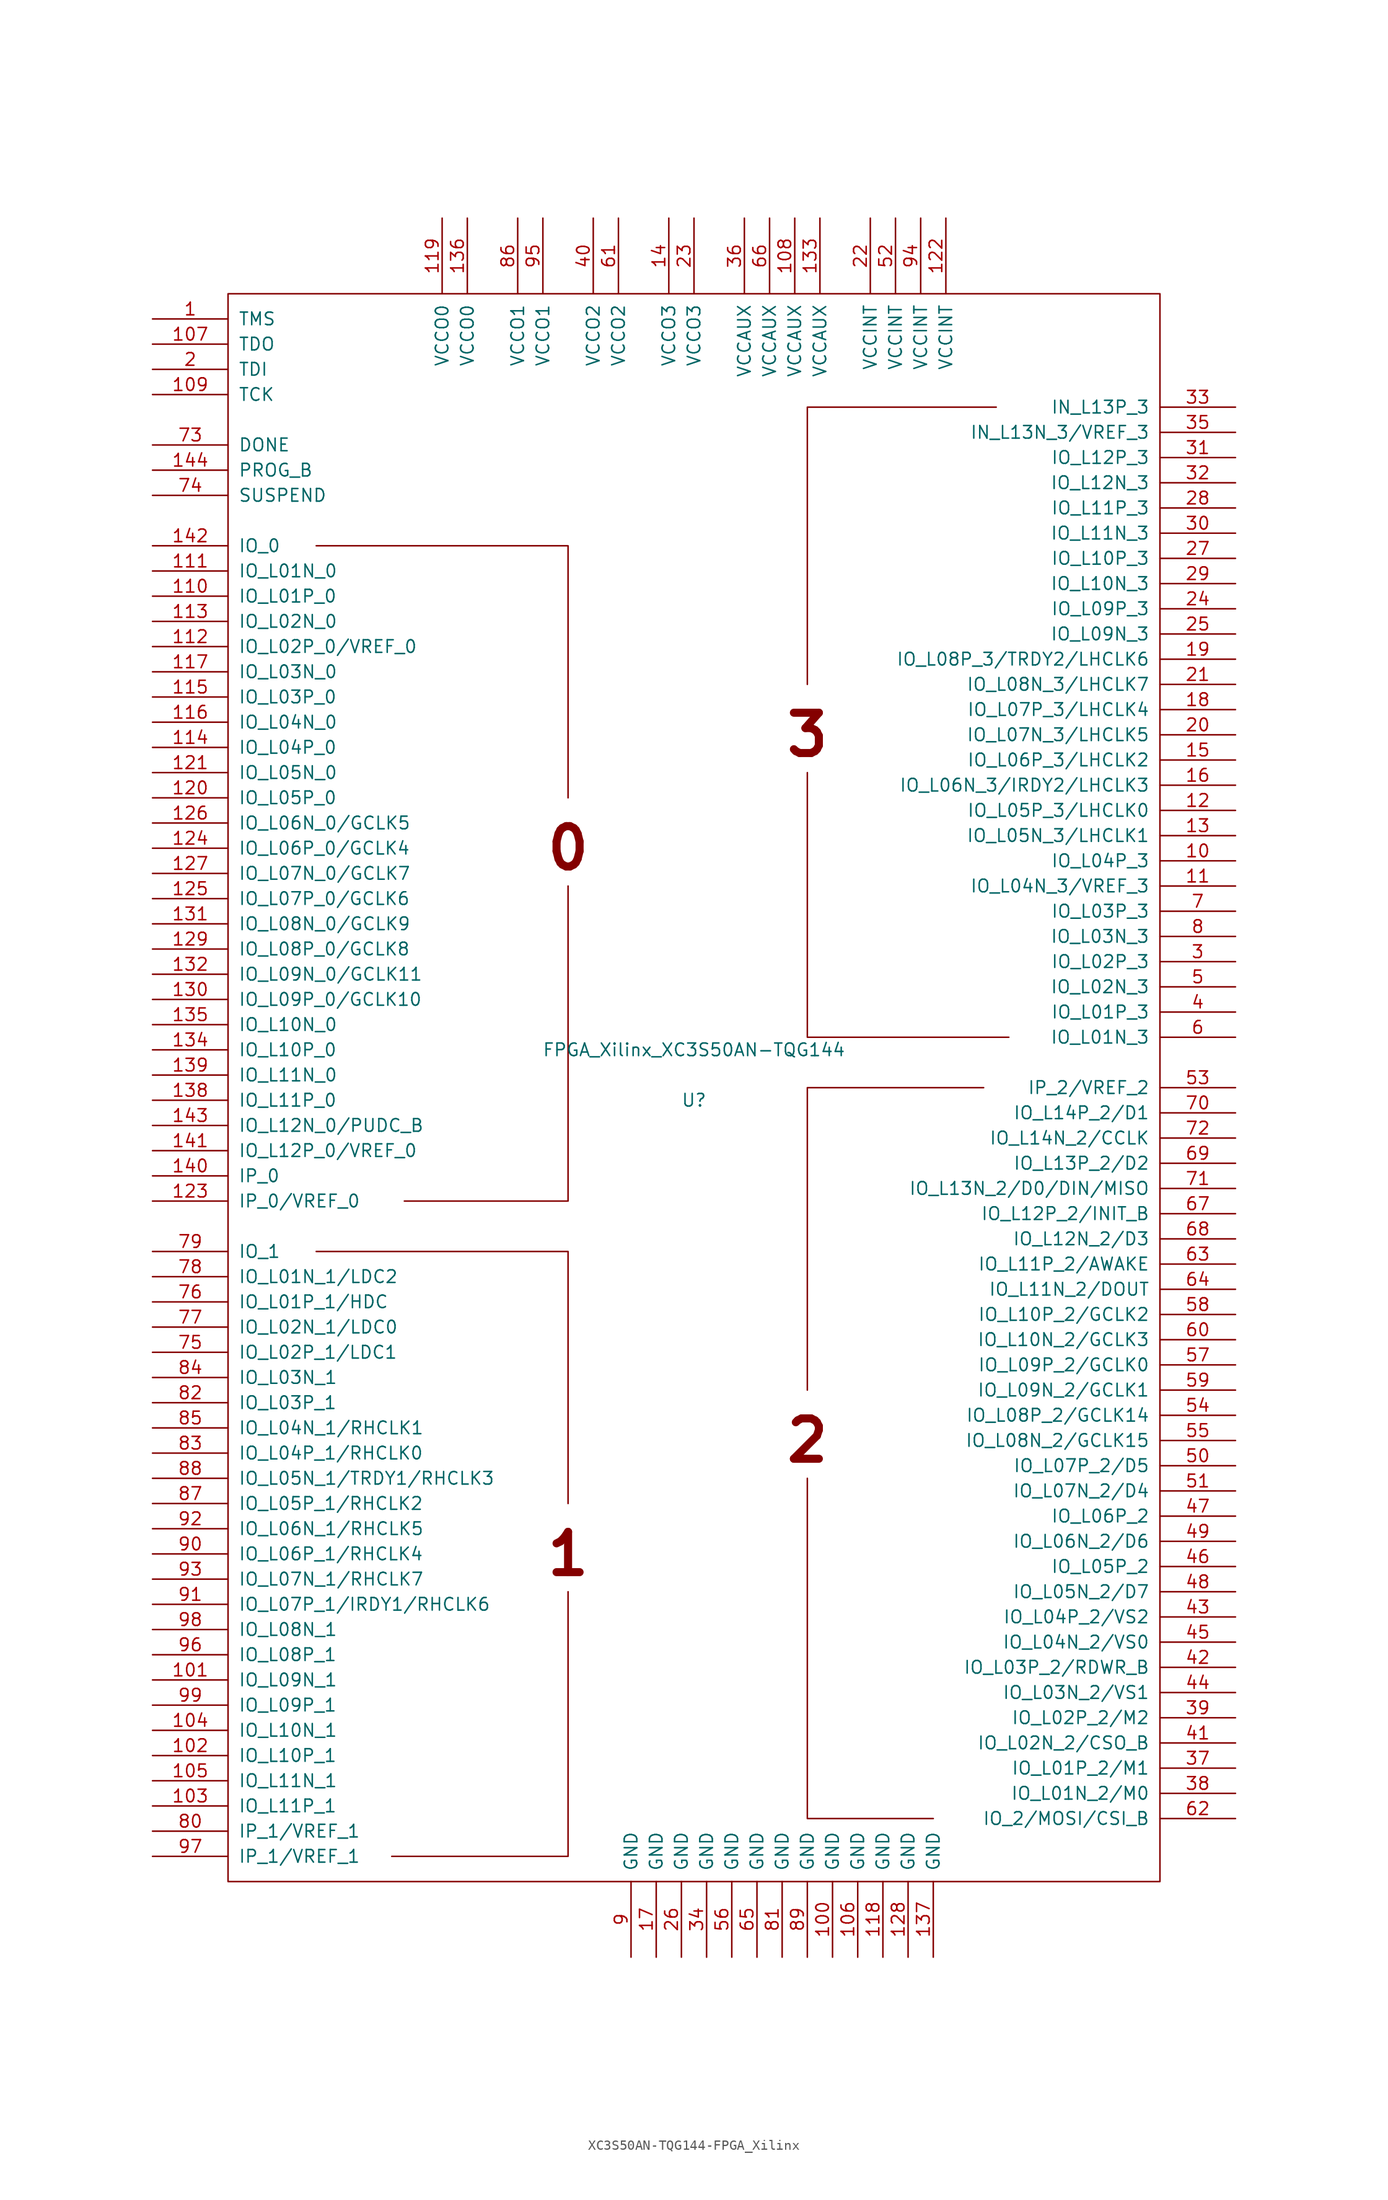
<source format=kicad_sym>
(kicad_symbol_lib
  (version 20220914)
  (generator kicad_symbol_editor)
  (symbol "XC3S50AN-TQG144-FPGA_Xilinx"
    (pin_names
      (offset 1.016))
    (property "Reference" "U"
      (at 0 0 0)
      (effects (font (size 1.27 1.27))))
    (property "Value" "FPGA_Xilinx_XC3S50AN-TQG144"
      (at 0 5.08 0)
      (effects (font (size 1.27 1.27))))
    (symbol "XC3S50AN-TQG144-FPGA_Xilinx_0_0"
      (text "0" (at -12.7 25.4 0) (effects (font (size 4.064 4.064) bold)))
      (text "1" (at -12.7 -45.72 0) (effects (font (size 4.064 4.064) bold)))
      (text "2" (at 11.43 -34.29 0) (effects (font (size 4.064 4.064) bold)))
      (text "3" (at 11.43 36.83 0) (effects (font (size 4.064 4.064) bold))))
    (symbol "XC3S50AN-TQG144-FPGA_Xilinx_0_1"
      (rectangle (start -46.99 81.28) (end 46.99 -78.74) (stroke (width 0) (type solid)) (fill (type none)))
      (polyline (pts (xy -38.1 55.88) (xy -12.7 55.88) (xy -12.7 30.48) (xy -12.7 30.48)) (stroke (width 0) (type solid)) (fill (type none)))
      (polyline (pts (xy -29.21 -10.16) (xy -12.7 -10.16) (xy -12.7 21.59) (xy -12.7 21.59)) (stroke (width 0) (type solid)) (fill (type none)))
      (polyline (pts (xy -12.7 -40.64) (xy -12.7 -15.24) (xy -38.1 -15.24) (xy -38.1 -15.24)) (stroke (width 0) (type solid)) (fill (type none)))
      (polyline (pts (xy 24.13 -72.39) (xy 11.43 -72.39) (xy 11.43 -38.1) (xy 11.43 -38.1)) (stroke (width 0) (type solid)) (fill (type none)))
      (polyline (pts (xy 29.21 1.27) (xy 11.43 1.27) (xy 11.43 -29.21) (xy 11.43 -29.21)) (stroke (width 0) (type solid)) (fill (type none)))
      (polyline (pts (xy 30.48 69.85) (xy 11.43 69.85) (xy 11.43 41.91) (xy 11.43 41.91)) (stroke (width 0) (type solid)) (fill (type none)))
      (polyline (pts (xy 31.75 6.35) (xy 11.43 6.35) (xy 11.43 33.02) (xy 11.43 33.02)) (stroke (width 0) (type solid)) (fill (type none)))
      (polyline (pts (xy -30.48 -76.2) (xy -13.97 -76.2) (xy -12.7 -76.2) (xy -12.7 -49.53) (xy -12.7 -49.53)) (stroke (width 0) (type solid)) (fill (type none))))
    (symbol "XC3S50AN-TQG144-FPGA_Xilinx_1_1"
      (pin input line (at -54.61 78.74 0) (length 7.62) (name "TMS" (effects (font (size 1.27 1.27)))) (number "1" (effects (font (size 1.27 1.27)))))
      (pin bidirectional line (at 54.61 24.13 180) (length 7.62) (name "IO_L04P_3" (effects (font (size 1.27 1.27)))) (number "10" (effects (font (size 1.27 1.27)))))
      (pin power_in line (at 13.97 -86.36 90) (length 7.62) (name "GND" (effects (font (size 1.27 1.27)))) (number "100" (effects (font (size 1.27 1.27)))))
      (pin bidirectional line (at -54.61 -58.42 0) (length 7.62) (name "IO_L09N_1" (effects (font (size 1.27 1.27)))) (number "101" (effects (font (size 1.27 1.27)))))
      (pin bidirectional line (at -54.61 -66.04 0) (length 7.62) (name "IO_L10P_1" (effects (font (size 1.27 1.27)))) (number "102" (effects (font (size 1.27 1.27)))))
      (pin bidirectional line (at -54.61 -71.12 0) (length 7.62) (name "IO_L11P_1" (effects (font (size 1.27 1.27)))) (number "103" (effects (font (size 1.27 1.27)))))
      (pin bidirectional line (at -54.61 -63.5 0) (length 7.62) (name "IO_L10N_1" (effects (font (size 1.27 1.27)))) (number "104" (effects (font (size 1.27 1.27)))))
      (pin bidirectional line (at -54.61 -68.58 0) (length 7.62) (name "IO_L11N_1" (effects (font (size 1.27 1.27)))) (number "105" (effects (font (size 1.27 1.27)))))
      (pin power_in line (at 16.51 -86.36 90) (length 7.62) (name "GND" (effects (font (size 1.27 1.27)))) (number "106" (effects (font (size 1.27 1.27)))))
      (pin output line (at -54.61 76.2 0) (length 7.62) (name "TDO" (effects (font (size 1.27 1.27)))) (number "107" (effects (font (size 1.27 1.27)))))
      (pin power_in line (at 10.16 88.9 270) (length 7.62) (name "VCCAUX" (effects (font (size 1.27 1.27)))) (number "108" (effects (font (size 1.27 1.27)))))
      (pin input line (at -54.61 71.12 0) (length 7.62) (name "TCK" (effects (font (size 1.27 1.27)))) (number "109" (effects (font (size 1.27 1.27)))))
      (pin bidirectional line (at 54.61 21.59 180) (length 7.62) (name "IO_L04N_3/VREF_3" (effects (font (size 1.27 1.27)))) (number "11" (effects (font (size 1.27 1.27)))))
      (pin bidirectional line (at -54.61 50.8 0) (length 7.62) (name "IO_L01P_0" (effects (font (size 1.27 1.27)))) (number "110" (effects (font (size 1.27 1.27)))))
      (pin bidirectional line (at -54.61 53.34 0) (length 7.62) (name "IO_L01N_0" (effects (font (size 1.27 1.27)))) (number "111" (effects (font (size 1.27 1.27)))))
      (pin bidirectional line (at -54.61 45.72 0) (length 7.62) (name "IO_L02P_0/VREF_0" (effects (font (size 1.27 1.27)))) (number "112" (effects (font (size 1.27 1.27)))))
      (pin bidirectional line (at -54.61 48.26 0) (length 7.62) (name "IO_L02N_0" (effects (font (size 1.27 1.27)))) (number "113" (effects (font (size 1.27 1.27)))))
      (pin bidirectional line (at -54.61 35.56 0) (length 7.62) (name "IO_L04P_0" (effects (font (size 1.27 1.27)))) (number "114" (effects (font (size 1.27 1.27)))))
      (pin bidirectional line (at -54.61 40.64 0) (length 7.62) (name "IO_L03P_0" (effects (font (size 1.27 1.27)))) (number "115" (effects (font (size 1.27 1.27)))))
      (pin bidirectional line (at -54.61 38.1 0) (length 7.62) (name "IO_L04N_0" (effects (font (size 1.27 1.27)))) (number "116" (effects (font (size 1.27 1.27)))))
      (pin bidirectional line (at -54.61 43.18 0) (length 7.62) (name "IO_L03N_0" (effects (font (size 1.27 1.27)))) (number "117" (effects (font (size 1.27 1.27)))))
      (pin power_in line (at 19.05 -86.36 90) (length 7.62) (name "GND" (effects (font (size 1.27 1.27)))) (number "118" (effects (font (size 1.27 1.27)))))
      (pin power_in line (at -25.4 88.9 270) (length 7.62) (name "VCCO0" (effects (font (size 1.27 1.27)))) (number "119" (effects (font (size 1.27 1.27)))))
      (pin bidirectional line (at 54.61 29.21 180) (length 7.62) (name "IO_L05P_3/LHCLK0" (effects (font (size 1.27 1.27)))) (number "12" (effects (font (size 1.27 1.27)))))
      (pin bidirectional line (at -54.61 30.48 0) (length 7.62) (name "IO_L05P_0" (effects (font (size 1.27 1.27)))) (number "120" (effects (font (size 1.27 1.27)))))
      (pin bidirectional line (at -54.61 33.02 0) (length 7.62) (name "IO_L05N_0" (effects (font (size 1.27 1.27)))) (number "121" (effects (font (size 1.27 1.27)))))
      (pin power_in line (at 25.4 88.9 270) (length 7.62) (name "VCCINT" (effects (font (size 1.27 1.27)))) (number "122" (effects (font (size 1.27 1.27)))))
      (pin input line (at -54.61 -10.16 0) (length 7.62) (name "IP_0/VREF_0" (effects (font (size 1.27 1.27)))) (number "123" (effects (font (size 1.27 1.27)))))
      (pin bidirectional line (at -54.61 25.4 0) (length 7.62) (name "IO_L06P_0/GCLK4" (effects (font (size 1.27 1.27)))) (number "124" (effects (font (size 1.27 1.27)))))
      (pin bidirectional line (at -54.61 20.32 0) (length 7.62) (name "IO_L07P_0/GCLK6" (effects (font (size 1.27 1.27)))) (number "125" (effects (font (size 1.27 1.27)))))
      (pin bidirectional line (at -54.61 27.94 0) (length 7.62) (name "IO_L06N_0/GCLK5" (effects (font (size 1.27 1.27)))) (number "126" (effects (font (size 1.27 1.27)))))
      (pin bidirectional line (at -54.61 22.86 0) (length 7.62) (name "IO_L07N_0/GCLK7" (effects (font (size 1.27 1.27)))) (number "127" (effects (font (size 1.27 1.27)))))
      (pin power_in line (at 21.59 -86.36 90) (length 7.62) (name "GND" (effects (font (size 1.27 1.27)))) (number "128" (effects (font (size 1.27 1.27)))))
      (pin bidirectional line (at -54.61 15.24 0) (length 7.62) (name "IO_L08P_0/GCLK8" (effects (font (size 1.27 1.27)))) (number "129" (effects (font (size 1.27 1.27)))))
      (pin bidirectional line (at 54.61 26.67 180) (length 7.62) (name "IO_L05N_3/LHCLK1" (effects (font (size 1.27 1.27)))) (number "13" (effects (font (size 1.27 1.27)))))
      (pin bidirectional line (at -54.61 10.16 0) (length 7.62) (name "IO_L09P_0/GCLK10" (effects (font (size 1.27 1.27)))) (number "130" (effects (font (size 1.27 1.27)))))
      (pin bidirectional line (at -54.61 17.78 0) (length 7.62) (name "IO_L08N_0/GCLK9" (effects (font (size 1.27 1.27)))) (number "131" (effects (font (size 1.27 1.27)))))
      (pin bidirectional line (at -54.61 12.7 0) (length 7.62) (name "IO_L09N_0/GCLK11" (effects (font (size 1.27 1.27)))) (number "132" (effects (font (size 1.27 1.27)))))
      (pin power_in line (at 12.7 88.9 270) (length 7.62) (name "VCCAUX" (effects (font (size 1.27 1.27)))) (number "133" (effects (font (size 1.27 1.27)))))
      (pin bidirectional line (at -54.61 5.08 0) (length 7.62) (name "IO_L10P_0" (effects (font (size 1.27 1.27)))) (number "134" (effects (font (size 1.27 1.27)))))
      (pin bidirectional line (at -54.61 7.62 0) (length 7.62) (name "IO_L10N_0" (effects (font (size 1.27 1.27)))) (number "135" (effects (font (size 1.27 1.27)))))
      (pin power_in line (at -22.86 88.9 270) (length 7.62) (name "VCCO0" (effects (font (size 1.27 1.27)))) (number "136" (effects (font (size 1.27 1.27)))))
      (pin power_in line (at 24.13 -86.36 90) (length 7.62) (name "GND" (effects (font (size 1.27 1.27)))) (number "137" (effects (font (size 1.27 1.27)))))
      (pin bidirectional line (at -54.61 0 0) (length 7.62) (name "IO_L11P_0" (effects (font (size 1.27 1.27)))) (number "138" (effects (font (size 1.27 1.27)))))
      (pin bidirectional line (at -54.61 2.54 0) (length 7.62) (name "IO_L11N_0" (effects (font (size 1.27 1.27)))) (number "139" (effects (font (size 1.27 1.27)))))
      (pin passive line (at -2.54 88.9 270) (length 7.62) (name "VCCO3" (effects (font (size 1.27 1.27)))) (number "14" (effects (font (size 1.27 1.27)))))
      (pin input line (at -54.61 -7.62 0) (length 7.62) (name "IP_0" (effects (font (size 1.27 1.27)))) (number "140" (effects (font (size 1.27 1.27)))))
      (pin bidirectional line (at -54.61 -5.08 0) (length 7.62) (name "IO_L12P_0/VREF_0" (effects (font (size 1.27 1.27)))) (number "141" (effects (font (size 1.27 1.27)))))
      (pin bidirectional line (at -54.61 55.88 0) (length 7.62) (name "IO_0" (effects (font (size 1.27 1.27)))) (number "142" (effects (font (size 1.27 1.27)))))
      (pin bidirectional line (at -54.61 -2.54 0) (length 7.62) (name "IO_L12N_0/PUDC_B" (effects (font (size 1.27 1.27)))) (number "143" (effects (font (size 1.27 1.27)))))
      (pin bidirectional line (at -54.61 63.5 0) (length 7.62) (name "PROG_B" (effects (font (size 1.27 1.27)))) (number "144" (effects (font (size 1.27 1.27)))))
      (pin bidirectional line (at 54.61 34.29 180) (length 7.62) (name "IO_L06P_3/LHCLK2" (effects (font (size 1.27 1.27)))) (number "15" (effects (font (size 1.27 1.27)))))
      (pin bidirectional line (at 54.61 31.75 180) (length 7.62) (name "IO_L06N_3/IRDY2/LHCLK3" (effects (font (size 1.27 1.27)))) (number "16" (effects (font (size 1.27 1.27)))))
      (pin power_in line (at -3.81 -86.36 90) (length 7.62) (name "GND" (effects (font (size 1.27 1.27)))) (number "17" (effects (font (size 1.27 1.27)))))
      (pin bidirectional line (at 54.61 39.37 180) (length 7.62) (name "IO_L07P_3/LHCLK4" (effects (font (size 1.27 1.27)))) (number "18" (effects (font (size 1.27 1.27)))))
      (pin bidirectional line (at 54.61 44.45 180) (length 7.62) (name "IO_L08P_3/TRDY2/LHCLK6" (effects (font (size 1.27 1.27)))) (number "19" (effects (font (size 1.27 1.27)))))
      (pin input line (at -54.61 73.66 0) (length 7.62) (name "TDI" (effects (font (size 1.27 1.27)))) (number "2" (effects (font (size 1.27 1.27)))))
      (pin bidirectional line (at 54.61 36.83 180) (length 7.62) (name "IO_L07N_3/LHCLK5" (effects (font (size 1.27 1.27)))) (number "20" (effects (font (size 1.27 1.27)))))
      (pin bidirectional line (at 54.61 41.91 180) (length 7.62) (name "IO_L08N_3/LHCLK7" (effects (font (size 1.27 1.27)))) (number "21" (effects (font (size 1.27 1.27)))))
      (pin power_in line (at 17.78 88.9 270) (length 7.62) (name "VCCINT" (effects (font (size 1.27 1.27)))) (number "22" (effects (font (size 1.27 1.27)))))
      (pin power_in line (at 0 88.9 270) (length 7.62) (name "VCCO3" (effects (font (size 1.27 1.27)))) (number "23" (effects (font (size 1.27 1.27)))))
      (pin bidirectional line (at 54.61 49.53 180) (length 7.62) (name "IO_L09P_3" (effects (font (size 1.27 1.27)))) (number "24" (effects (font (size 1.27 1.27)))))
      (pin bidirectional line (at 54.61 46.99 180) (length 7.62) (name "IO_L09N_3" (effects (font (size 1.27 1.27)))) (number "25" (effects (font (size 1.27 1.27)))))
      (pin power_in line (at -1.27 -86.36 90) (length 7.62) (name "GND" (effects (font (size 1.27 1.27)))) (number "26" (effects (font (size 1.27 1.27)))))
      (pin bidirectional line (at 54.61 54.61 180) (length 7.62) (name "IO_L10P_3" (effects (font (size 1.27 1.27)))) (number "27" (effects (font (size 1.27 1.27)))))
      (pin bidirectional line (at 54.61 59.69 180) (length 7.62) (name "IO_L11P_3" (effects (font (size 1.27 1.27)))) (number "28" (effects (font (size 1.27 1.27)))))
      (pin bidirectional line (at 54.61 52.07 180) (length 7.62) (name "IO_L10N_3" (effects (font (size 1.27 1.27)))) (number "29" (effects (font (size 1.27 1.27)))))
      (pin bidirectional line (at 54.61 13.97 180) (length 7.62) (name "IO_L02P_3" (effects (font (size 1.27 1.27)))) (number "3" (effects (font (size 1.27 1.27)))))
      (pin bidirectional line (at 54.61 57.15 180) (length 7.62) (name "IO_L11N_3" (effects (font (size 1.27 1.27)))) (number "30" (effects (font (size 1.27 1.27)))))
      (pin bidirectional line (at 54.61 64.77 180) (length 7.62) (name "IO_L12P_3" (effects (font (size 1.27 1.27)))) (number "31" (effects (font (size 1.27 1.27)))))
      (pin bidirectional line (at 54.61 62.23 180) (length 7.62) (name "IO_L12N_3" (effects (font (size 1.27 1.27)))) (number "32" (effects (font (size 1.27 1.27)))))
      (pin input line (at 54.61 69.85 180) (length 7.62) (name "IN_L13P_3" (effects (font (size 1.27 1.27)))) (number "33" (effects (font (size 1.27 1.27)))))
      (pin power_in line (at 1.27 -86.36 90) (length 7.62) (name "GND" (effects (font (size 1.27 1.27)))) (number "34" (effects (font (size 1.27 1.27)))))
      (pin input line (at 54.61 67.31 180) (length 7.62) (name "IN_L13N_3/VREF_3" (effects (font (size 1.27 1.27)))) (number "35" (effects (font (size 1.27 1.27)))))
      (pin power_in line (at 5.08 88.9 270) (length 7.62) (name "VCCAUX" (effects (font (size 1.27 1.27)))) (number "36" (effects (font (size 1.27 1.27)))))
      (pin bidirectional line (at 54.61 -67.31 180) (length 7.62) (name "IO_L01P_2/M1" (effects (font (size 1.27 1.27)))) (number "37" (effects (font (size 1.27 1.27)))))
      (pin bidirectional line (at 54.61 -69.85 180) (length 7.62) (name "IO_L01N_2/M0" (effects (font (size 1.27 1.27)))) (number "38" (effects (font (size 1.27 1.27)))))
      (pin bidirectional line (at 54.61 -62.23 180) (length 7.62) (name "IO_L02P_2/M2" (effects (font (size 1.27 1.27)))) (number "39" (effects (font (size 1.27 1.27)))))
      (pin bidirectional line (at 54.61 8.89 180) (length 7.62) (name "IO_L01P_3" (effects (font (size 1.27 1.27)))) (number "4" (effects (font (size 1.27 1.27)))))
      (pin power_in line (at -10.16 88.9 270) (length 7.62) (name "VCCO2" (effects (font (size 1.27 1.27)))) (number "40" (effects (font (size 1.27 1.27)))))
      (pin bidirectional line (at 54.61 -64.77 180) (length 7.62) (name "IO_L02N_2/CSO_B" (effects (font (size 1.27 1.27)))) (number "41" (effects (font (size 1.27 1.27)))))
      (pin bidirectional line (at 54.61 -57.15 180) (length 7.62) (name "IO_L03P_2/RDWR_B" (effects (font (size 1.27 1.27)))) (number "42" (effects (font (size 1.27 1.27)))))
      (pin bidirectional line (at 54.61 -52.07 180) (length 7.62) (name "IO_L04P_2/VS2" (effects (font (size 1.27 1.27)))) (number "43" (effects (font (size 1.27 1.27)))))
      (pin bidirectional line (at 54.61 -59.69 180) (length 7.62) (name "IO_L03N_2/VS1" (effects (font (size 1.27 1.27)))) (number "44" (effects (font (size 1.27 1.27)))))
      (pin bidirectional line (at 54.61 -54.61 180) (length 7.62) (name "IO_L04N_2/VS0" (effects (font (size 1.27 1.27)))) (number "45" (effects (font (size 1.27 1.27)))))
      (pin bidirectional line (at 54.61 -46.99 180) (length 7.62) (name "IO_L05P_2" (effects (font (size 1.27 1.27)))) (number "46" (effects (font (size 1.27 1.27)))))
      (pin bidirectional line (at 54.61 -41.91 180) (length 7.62) (name "IO_L06P_2" (effects (font (size 1.27 1.27)))) (number "47" (effects (font (size 1.27 1.27)))))
      (pin bidirectional line (at 54.61 -49.53 180) (length 7.62) (name "IO_L05N_2/D7" (effects (font (size 1.27 1.27)))) (number "48" (effects (font (size 1.27 1.27)))))
      (pin bidirectional line (at 54.61 -44.45 180) (length 7.62) (name "IO_L06N_2/D6" (effects (font (size 1.27 1.27)))) (number "49" (effects (font (size 1.27 1.27)))))
      (pin bidirectional line (at 54.61 11.43 180) (length 7.62) (name "IO_L02N_3" (effects (font (size 1.27 1.27)))) (number "5" (effects (font (size 1.27 1.27)))))
      (pin bidirectional line (at 54.61 -36.83 180) (length 7.62) (name "IO_L07P_2/D5" (effects (font (size 1.27 1.27)))) (number "50" (effects (font (size 1.27 1.27)))))
      (pin bidirectional line (at 54.61 -39.37 180) (length 7.62) (name "IO_L07N_2/D4" (effects (font (size 1.27 1.27)))) (number "51" (effects (font (size 1.27 1.27)))))
      (pin power_in line (at 20.32 88.9 270) (length 7.62) (name "VCCINT" (effects (font (size 1.27 1.27)))) (number "52" (effects (font (size 1.27 1.27)))))
      (pin input line (at 54.61 1.27 180) (length 7.62) (name "IP_2/VREF_2" (effects (font (size 1.27 1.27)))) (number "53" (effects (font (size 1.27 1.27)))))
      (pin bidirectional line (at 54.61 -31.75 180) (length 7.62) (name "IO_L08P_2/GCLK14" (effects (font (size 1.27 1.27)))) (number "54" (effects (font (size 1.27 1.27)))))
      (pin bidirectional line (at 54.61 -34.29 180) (length 7.62) (name "IO_L08N_2/GCLK15" (effects (font (size 1.27 1.27)))) (number "55" (effects (font (size 1.27 1.27)))))
      (pin power_in line (at 3.81 -86.36 90) (length 7.62) (name "GND" (effects (font (size 1.27 1.27)))) (number "56" (effects (font (size 1.27 1.27)))))
      (pin bidirectional line (at 54.61 -26.67 180) (length 7.62) (name "IO_L09P_2/GCLK0" (effects (font (size 1.27 1.27)))) (number "57" (effects (font (size 1.27 1.27)))))
      (pin bidirectional line (at 54.61 -21.59 180) (length 7.62) (name "IO_L10P_2/GCLK2" (effects (font (size 1.27 1.27)))) (number "58" (effects (font (size 1.27 1.27)))))
      (pin bidirectional line (at 54.61 -29.21 180) (length 7.62) (name "IO_L09N_2/GCLK1" (effects (font (size 1.27 1.27)))) (number "59" (effects (font (size 1.27 1.27)))))
      (pin bidirectional line (at 54.61 6.35 180) (length 7.62) (name "IO_L01N_3" (effects (font (size 1.27 1.27)))) (number "6" (effects (font (size 1.27 1.27)))))
      (pin bidirectional line (at 54.61 -24.13 180) (length 7.62) (name "IO_L10N_2/GCLK3" (effects (font (size 1.27 1.27)))) (number "60" (effects (font (size 1.27 1.27)))))
      (pin power_in line (at -7.62 88.9 270) (length 7.62) (name "VCCO2" (effects (font (size 1.27 1.27)))) (number "61" (effects (font (size 1.27 1.27)))))
      (pin bidirectional line (at 54.61 -72.39 180) (length 7.62) (name "IO_2/MOSI/CSI_B" (effects (font (size 1.27 1.27)))) (number "62" (effects (font (size 1.27 1.27)))))
      (pin bidirectional line (at 54.61 -16.51 180) (length 7.62) (name "IO_L11P_2/AWAKE" (effects (font (size 1.27 1.27)))) (number "63" (effects (font (size 1.27 1.27)))))
      (pin bidirectional line (at 54.61 -19.05 180) (length 7.62) (name "IO_L11N_2/DOUT" (effects (font (size 1.27 1.27)))) (number "64" (effects (font (size 1.27 1.27)))))
      (pin power_in line (at 6.35 -86.36 90) (length 7.62) (name "GND" (effects (font (size 1.27 1.27)))) (number "65" (effects (font (size 1.27 1.27)))))
      (pin power_in line (at 7.62 88.9 270) (length 7.62) (name "VCCAUX" (effects (font (size 1.27 1.27)))) (number "66" (effects (font (size 1.27 1.27)))))
      (pin bidirectional line (at 54.61 -11.43 180) (length 7.62) (name "IO_L12P_2/INIT_B" (effects (font (size 1.27 1.27)))) (number "67" (effects (font (size 1.27 1.27)))))
      (pin bidirectional line (at 54.61 -13.97 180) (length 7.62) (name "IO_L12N_2/D3" (effects (font (size 1.27 1.27)))) (number "68" (effects (font (size 1.27 1.27)))))
      (pin bidirectional line (at 54.61 -6.35 180) (length 7.62) (name "IO_L13P_2/D2" (effects (font (size 1.27 1.27)))) (number "69" (effects (font (size 1.27 1.27)))))
      (pin bidirectional line (at 54.61 19.05 180) (length 7.62) (name "IO_L03P_3" (effects (font (size 1.27 1.27)))) (number "7" (effects (font (size 1.27 1.27)))))
      (pin bidirectional line (at 54.61 -1.27 180) (length 7.62) (name "IO_L14P_2/D1" (effects (font (size 1.27 1.27)))) (number "70" (effects (font (size 1.27 1.27)))))
      (pin bidirectional line (at 54.61 -8.89 180) (length 7.62) (name "IO_L13N_2/D0/DIN/MISO" (effects (font (size 1.27 1.27)))) (number "71" (effects (font (size 1.27 1.27)))))
      (pin bidirectional line (at 54.61 -3.81 180) (length 7.62) (name "IO_L14N_2/CCLK" (effects (font (size 1.27 1.27)))) (number "72" (effects (font (size 1.27 1.27)))))
      (pin bidirectional line (at -54.61 66.04 0) (length 7.62) (name "DONE" (effects (font (size 1.27 1.27)))) (number "73" (effects (font (size 1.27 1.27)))))
      (pin input line (at -54.61 60.96 0) (length 7.62) (name "SUSPEND" (effects (font (size 1.27 1.27)))) (number "74" (effects (font (size 1.27 1.27)))))
      (pin bidirectional line (at -54.61 -25.4 0) (length 7.62) (name "IO_L02P_1/LDC1" (effects (font (size 1.27 1.27)))) (number "75" (effects (font (size 1.27 1.27)))))
      (pin bidirectional line (at -54.61 -20.32 0) (length 7.62) (name "IO_L01P_1/HDC" (effects (font (size 1.27 1.27)))) (number "76" (effects (font (size 1.27 1.27)))))
      (pin bidirectional line (at -54.61 -22.86 0) (length 7.62) (name "IO_L02N_1/LDC0" (effects (font (size 1.27 1.27)))) (number "77" (effects (font (size 1.27 1.27)))))
      (pin bidirectional line (at -54.61 -17.78 0) (length 7.62) (name "IO_L01N_1/LDC2" (effects (font (size 1.27 1.27)))) (number "78" (effects (font (size 1.27 1.27)))))
      (pin bidirectional line (at -54.61 -15.24 0) (length 7.62) (name "IO_1" (effects (font (size 1.27 1.27)))) (number "79" (effects (font (size 1.27 1.27)))))
      (pin bidirectional line (at 54.61 16.51 180) (length 7.62) (name "IO_L03N_3" (effects (font (size 1.27 1.27)))) (number "8" (effects (font (size 1.27 1.27)))))
      (pin input line (at -54.61 -73.66 0) (length 7.62) (name "IP_1/VREF_1" (effects (font (size 1.27 1.27)))) (number "80" (effects (font (size 1.27 1.27)))))
      (pin power_in line (at 8.89 -86.36 90) (length 7.62) (name "GND" (effects (font (size 1.27 1.27)))) (number "81" (effects (font (size 1.27 1.27)))))
      (pin bidirectional line (at -54.61 -30.48 0) (length 7.62) (name "IO_L03P_1" (effects (font (size 1.27 1.27)))) (number "82" (effects (font (size 1.27 1.27)))))
      (pin bidirectional line (at -54.61 -35.56 0) (length 7.62) (name "IO_L04P_1/RHCLK0" (effects (font (size 1.27 1.27)))) (number "83" (effects (font (size 1.27 1.27)))))
      (pin bidirectional line (at -54.61 -27.94 0) (length 7.62) (name "IO_L03N_1" (effects (font (size 1.27 1.27)))) (number "84" (effects (font (size 1.27 1.27)))))
      (pin bidirectional line (at -54.61 -33.02 0) (length 7.62) (name "IO_L04N_1/RHCLK1" (effects (font (size 1.27 1.27)))) (number "85" (effects (font (size 1.27 1.27)))))
      (pin power_in line (at -17.78 88.9 270) (length 7.62) (name "VCCO1" (effects (font (size 1.27 1.27)))) (number "86" (effects (font (size 1.27 1.27)))))
      (pin bidirectional line (at -54.61 -40.64 0) (length 7.62) (name "IO_L05P_1/RHCLK2" (effects (font (size 1.27 1.27)))) (number "87" (effects (font (size 1.27 1.27)))))
      (pin bidirectional line (at -54.61 -38.1 0) (length 7.62) (name "IO_L05N_1/TRDY1/RHCLK3" (effects (font (size 1.27 1.27)))) (number "88" (effects (font (size 1.27 1.27)))))
      (pin power_in line (at 11.43 -86.36 90) (length 7.62) (name "GND" (effects (font (size 1.27 1.27)))) (number "89" (effects (font (size 1.27 1.27)))))
      (pin power_in line (at -6.35 -86.36 90) (length 7.62) (name "GND" (effects (font (size 1.27 1.27)))) (number "9" (effects (font (size 1.27 1.27)))))
      (pin bidirectional line (at -54.61 -45.72 0) (length 7.62) (name "IO_L06P_1/RHCLK4" (effects (font (size 1.27 1.27)))) (number "90" (effects (font (size 1.27 1.27)))))
      (pin bidirectional line (at -54.61 -50.8 0) (length 7.62) (name "IO_L07P_1/IRDY1/RHCLK6" (effects (font (size 1.27 1.27)))) (number "91" (effects (font (size 1.27 1.27)))))
      (pin bidirectional line (at -54.61 -43.18 0) (length 7.62) (name "IO_L06N_1/RHCLK5" (effects (font (size 1.27 1.27)))) (number "92" (effects (font (size 1.27 1.27)))))
      (pin bidirectional line (at -54.61 -48.26 0) (length 7.62) (name "IO_L07N_1/RHCLK7" (effects (font (size 1.27 1.27)))) (number "93" (effects (font (size 1.27 1.27)))))
      (pin power_in line (at 22.86 88.9 270) (length 7.62) (name "VCCINT" (effects (font (size 1.27 1.27)))) (number "94" (effects (font (size 1.27 1.27)))))
      (pin power_in line (at -15.24 88.9 270) (length 7.62) (name "VCCO1" (effects (font (size 1.27 1.27)))) (number "95" (effects (font (size 1.27 1.27)))))
      (pin bidirectional line (at -54.61 -55.88 0) (length 7.62) (name "IO_L08P_1" (effects (font (size 1.27 1.27)))) (number "96" (effects (font (size 1.27 1.27)))))
      (pin input line (at -54.61 -76.2 0) (length 7.62) (name "IP_1/VREF_1" (effects (font (size 1.27 1.27)))) (number "97" (effects (font (size 1.27 1.27)))))
      (pin bidirectional line (at -54.61 -53.34 0) (length 7.62) (name "IO_L08N_1" (effects (font (size 1.27 1.27)))) (number "98" (effects (font (size 1.27 1.27)))))
      (pin bidirectional line (at -54.61 -60.96 0) (length 7.62) (name "IO_L09P_1" (effects (font (size 1.27 1.27)))) (number "99" (effects (font (size 1.27 1.27))))))))
</source>
